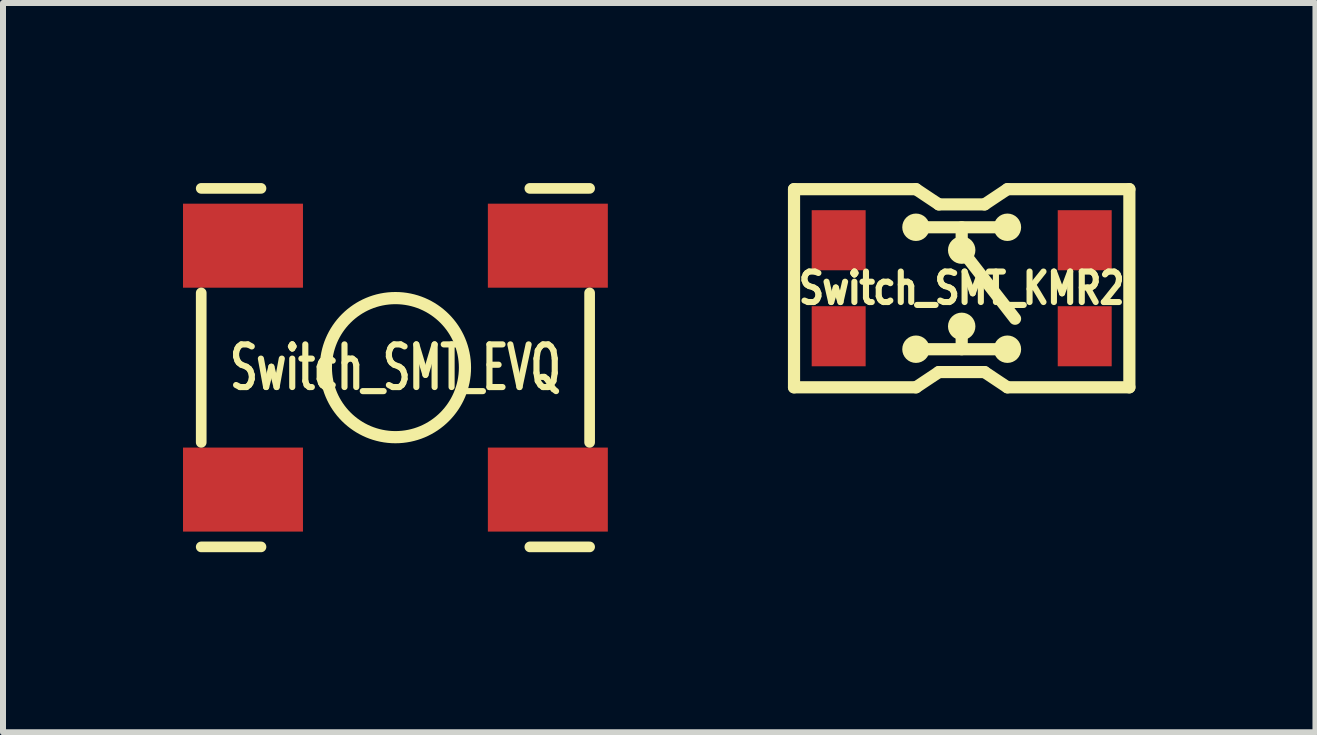
<source format=kicad_pcb>
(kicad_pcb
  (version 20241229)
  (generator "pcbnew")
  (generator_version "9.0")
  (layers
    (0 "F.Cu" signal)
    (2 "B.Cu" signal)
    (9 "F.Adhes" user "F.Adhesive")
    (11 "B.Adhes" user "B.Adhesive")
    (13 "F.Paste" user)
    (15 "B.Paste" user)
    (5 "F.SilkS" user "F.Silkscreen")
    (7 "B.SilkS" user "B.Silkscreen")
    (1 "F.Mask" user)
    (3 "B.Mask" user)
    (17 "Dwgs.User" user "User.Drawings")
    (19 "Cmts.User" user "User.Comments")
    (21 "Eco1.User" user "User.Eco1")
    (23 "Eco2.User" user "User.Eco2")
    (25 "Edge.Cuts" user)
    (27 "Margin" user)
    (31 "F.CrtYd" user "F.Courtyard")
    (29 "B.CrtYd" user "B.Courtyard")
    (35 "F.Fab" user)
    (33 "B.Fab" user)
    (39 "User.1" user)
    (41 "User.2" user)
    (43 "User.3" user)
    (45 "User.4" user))
  (footprint "Switch_SMT_EVQ"
    (layer "F.Cu")
    (at 3.539 3.076)
    (property "Reference" "Switch_SMT_EVQ" (at 0 0 0) (layer "F.SilkS") (effects (font (size 0.711 0.457) (thickness 0.102))))
    (attr smd)
    (fp_line (start -3.236 -2.987) (end -2.24 -2.987) (stroke (width 0.178) (type solid)) (layer "F.SilkS"))
    (fp_line (start -3.236 -1.245) (end -3.236 1.245) (stroke (width 0.178) (type solid)) (layer "F.SilkS"))
    (fp_line (start -2.24 2.987) (end -3.236 2.987) (stroke (width 0.178) (type solid)) (layer "F.SilkS"))
    (fp_line (start 3.236 -2.987) (end 2.24 -2.987) (stroke (width 0.178) (type solid)) (layer "F.SilkS"))
    (fp_line (start 3.236 1.245) (end 3.236 -1.245) (stroke (width 0.178) (type solid)) (layer "F.SilkS"))
    (fp_line (start 3.236 2.987) (end 2.24 2.987) (stroke (width 0.178) (type solid)) (layer "F.SilkS"))
    (fp_circle (center 0 0) (end 1.143 0.191) (stroke (width 0.203) (type solid)) (fill no) (layer "F.SilkS"))
    (pad "1" smd rect (at -2.54 -2.032) (size 1.999 1.4) (layers "F.Cu" "F.Mask" "F.Paste"))
    (pad "1" smd rect (at 2.54 -2.032) (size 1.999 1.4) (layers "F.Cu" "F.Mask" "F.Paste"))
    (pad "2" smd rect (at -2.54 2.032) (size 1.999 1.4) (layers "F.Cu" "F.Mask" "F.Paste"))
    (pad "2" smd rect (at 2.54 2.032) (size 1.999 1.4) (layers "F.Cu" "F.Mask" "F.Paste")))
  (footprint "Switch_SMT_KMR2"
    (layer "F.Cu")
    (at 12.975 1.753)
    (property "Reference" "Switch_SMT_KMR2" (at 0 0 0) (layer "F.SilkS") (effects (font (size 0.508 0.406) (thickness 0.178))))
    (attr smd)
    (fp_line (start -2.794 -1.651) (end -2.794 1.651) (stroke (width 0.203) (type solid)) (layer "F.SilkS"))
    (fp_line (start -2.794 1.651) (end -0.762 1.651) (stroke (width 0.203) (type solid)) (layer "F.SilkS"))
    (fp_line (start -0.762 -1.651) (end -2.794 -1.651) (stroke (width 0.203) (type solid)) (layer "F.SilkS"))
    (fp_line (start -0.762 -1.016) (end 0.762 -1.016) (stroke (width 0.203) (type solid)) (layer "F.SilkS"))
    (fp_line (start -0.762 1.016) (end 0.762 1.016) (stroke (width 0.203) (type solid)) (layer "F.SilkS"))
    (fp_line (start -0.762 1.651) (end -0.381 1.397) (stroke (width 0.203) (type solid)) (layer "F.SilkS"))
    (fp_line (start -0.381 -1.397) (end -0.762 -1.651) (stroke (width 0.203) (type solid)) (layer "F.SilkS"))
    (fp_line (start -0.381 1.397) (end 0.381 1.397) (stroke (width 0.203) (type solid)) (layer "F.SilkS"))
    (fp_line (start 0 -1.016) (end 0 -0.635) (stroke (width 0.203) (type solid)) (layer "F.SilkS"))
    (fp_line (start 0 -0.635) (end 0.889 0.508) (stroke (width 0.203) (type solid)) (layer "F.SilkS"))
    (fp_line (start 0 1.016) (end 0 0.635) (stroke (width 0.203) (type solid)) (layer "F.SilkS"))
    (fp_line (start 0.381 -1.397) (end -0.381 -1.397) (stroke (width 0.203) (type solid)) (layer "F.SilkS"))
    (fp_line (start 0.381 1.397) (end 0.762 1.651) (stroke (width 0.203) (type solid)) (layer "F.SilkS"))
    (fp_line (start 0.762 -1.651) (end 0.381 -1.397) (stroke (width 0.203) (type solid)) (layer "F.SilkS"))
    (fp_line (start 0.762 1.651) (end 2.794 1.651) (stroke (width 0.203) (type solid)) (layer "F.SilkS"))
    (fp_line (start 2.794 -1.651) (end 0.762 -1.651) (stroke (width 0.203) (type solid)) (layer "F.SilkS"))
    (fp_line (start 2.794 1.651) (end 2.794 -1.651) (stroke (width 0.203) (type solid)) (layer "F.SilkS"))
    (fp_circle (center -0.762 -1.016) (end -0.889 -1.016) (stroke (width 0.203) (type solid)) (fill no) (layer "F.SilkS"))
    (fp_circle (center -0.762 1.016) (end -0.889 1.016) (stroke (width 0.203) (type solid)) (fill no) (layer "F.SilkS"))
    (fp_circle (center 0 -0.635) (end 0 -0.508) (stroke (width 0.203) (type solid)) (fill no) (layer "F.SilkS"))
    (fp_circle (center 0 0.635) (end 0 0.508) (stroke (width 0.203) (type solid)) (fill no) (layer "F.SilkS"))
    (fp_circle (center 0.762 -1.016) (end 0.889 -1.016) (stroke (width 0.203) (type solid)) (fill no) (layer "F.SilkS"))
    (fp_circle (center 0.762 1.016) (end 0.889 1.016) (stroke (width 0.203) (type solid)) (fill no) (layer "F.SilkS"))
    (pad "1" smd rect (at -2.05 -0.8) (size 0.899 1.001) (layers "F.Cu" "F.Mask" "F.Paste"))
    (pad "1" smd rect (at 2.05 -0.8) (size 0.899 1.001) (layers "F.Cu" "F.Mask" "F.Paste"))
    (pad "2" smd rect (at -2.05 0.8) (size 0.899 1.001) (layers "F.Cu" "F.Mask" "F.Paste"))
    (pad "2" smd rect (at 2.05 0.8) (size 0.899 1.001) (layers "F.Cu" "F.Mask" "F.Paste")))
  (gr_rect
    (start -3 -3)
    (end 18.87 9.152)
    (stroke (width 0.1) (type default))
    (fill no)
    (layer "Edge.Cuts")))
</source>
